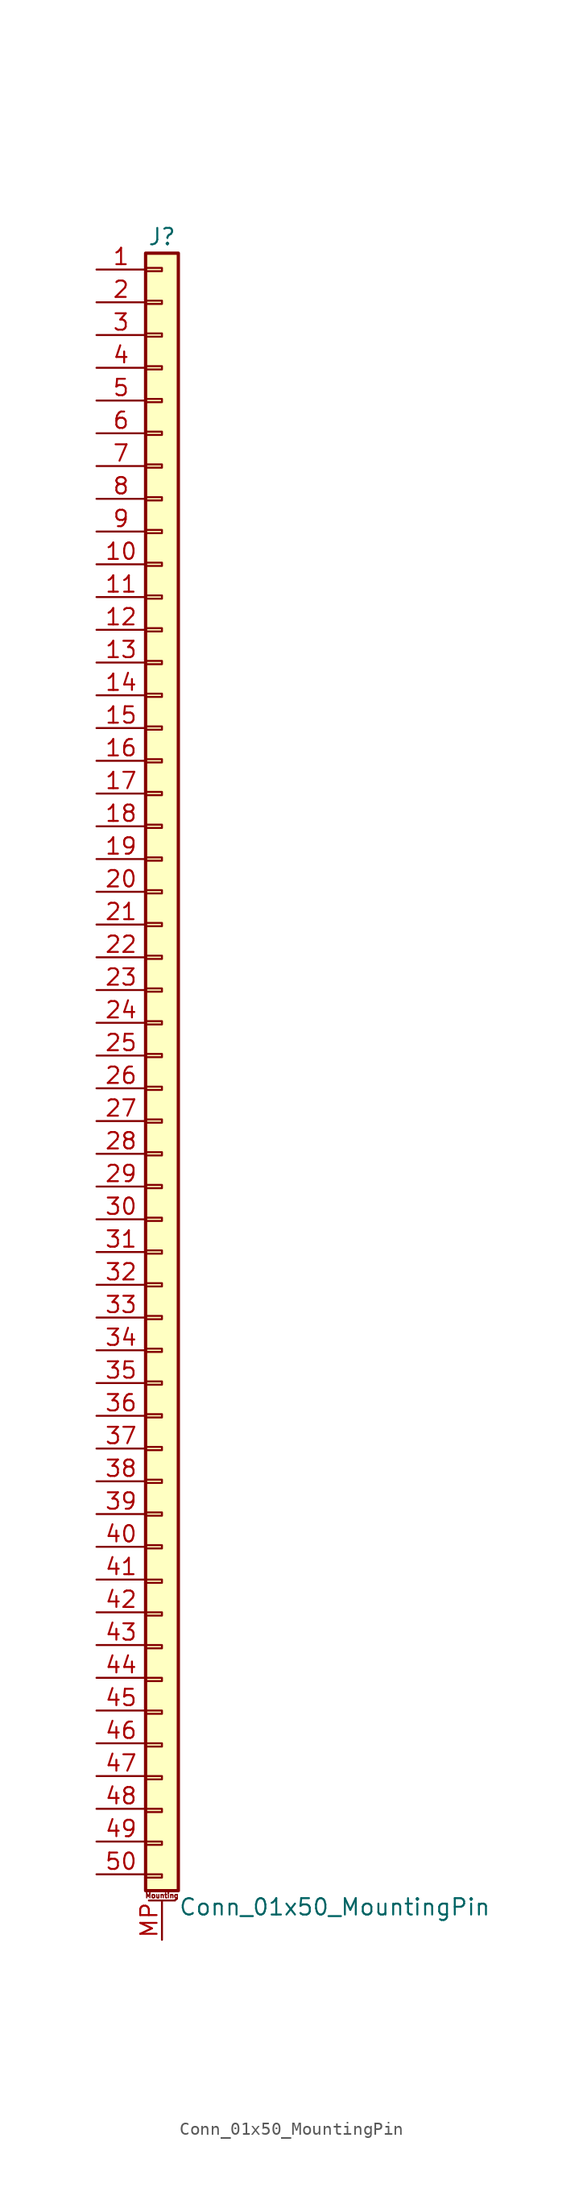
<source format=kicad_sym>
(kicad_symbol_lib
  (version 20210619)
  (generator kicad_symbol_editor)
  (symbol "symbols:Conn_01x50_MountingPin"
    (pin_names
      (offset 1.016) hide)
    (property "Reference" "J"
      (at 0 63.5 0)
      (effects (font (size 1.27 1.27))))
    (property "Value" "Conn_01x50_MountingPin"
      (at 1.27 -66.04 0)
      (effects (font (size 1.27 1.27)) (justify left)))
    (symbol "Conn_01x50_MountingPin_1_1"
      (text "Mounting" (at 0 -65.151 0) (effects (font (size 0.381 0.381))))
      (rectangle (start -1.27 -63.5) (end 0 -63.754) (stroke (width 0.152)) (fill (type none)))
      (rectangle (start -1.27 -60.96) (end 0 -61.214) (stroke (width 0.152)) (fill (type none)))
      (rectangle (start -1.27 -58.42) (end 0 -58.674) (stroke (width 0.152)) (fill (type none)))
      (rectangle (start -1.27 -55.88) (end 0 -56.134) (stroke (width 0.152)) (fill (type none)))
      (rectangle (start -1.27 -53.34) (end 0 -53.594) (stroke (width 0.152)) (fill (type none)))
      (rectangle (start -1.27 -50.8) (end 0 -51.054) (stroke (width 0.152)) (fill (type none)))
      (rectangle (start -1.27 -48.26) (end 0 -48.514) (stroke (width 0.152)) (fill (type none)))
      (rectangle (start -1.27 -45.72) (end 0 -45.974) (stroke (width 0.152)) (fill (type none)))
      (rectangle (start -1.27 -43.18) (end 0 -43.434) (stroke (width 0.152)) (fill (type none)))
      (rectangle (start -1.27 -40.64) (end 0 -40.894) (stroke (width 0.152)) (fill (type none)))
      (rectangle (start -1.27 -37.973) (end 0 -38.227) (stroke (width 0.152)) (fill (type none)))
      (rectangle (start -1.27 -35.433) (end 0 -35.687) (stroke (width 0.152)) (fill (type none)))
      (rectangle (start -1.27 -32.893) (end 0 -33.147) (stroke (width 0.152)) (fill (type none)))
      (rectangle (start -1.27 -30.353) (end 0 -30.607) (stroke (width 0.152)) (fill (type none)))
      (rectangle (start -1.27 -27.813) (end 0 -28.067) (stroke (width 0.152)) (fill (type none)))
      (rectangle (start -1.27 -25.273) (end 0 -25.527) (stroke (width 0.152)) (fill (type none)))
      (rectangle (start -1.27 -22.733) (end 0 -22.987) (stroke (width 0.152)) (fill (type none)))
      (rectangle (start -1.27 -20.193) (end 0 -20.447) (stroke (width 0.152)) (fill (type none)))
      (rectangle (start -1.27 -17.653) (end 0 -17.907) (stroke (width 0.152)) (fill (type none)))
      (rectangle (start -1.27 -15.113) (end 0 -15.367) (stroke (width 0.152)) (fill (type none)))
      (rectangle (start -1.27 -12.573) (end 0 -12.827) (stroke (width 0.152)) (fill (type none)))
      (rectangle (start -1.27 -10.033) (end 0 -10.287) (stroke (width 0.152)) (fill (type none)))
      (rectangle (start -1.27 -7.493) (end 0 -7.747) (stroke (width 0.152)) (fill (type none)))
      (rectangle (start -1.27 -4.953) (end 0 -5.207) (stroke (width 0.152)) (fill (type none)))
      (rectangle (start -1.27 -2.413) (end 0 -2.667) (stroke (width 0.152)) (fill (type none)))
      (rectangle (start -1.27 0.127) (end 0 -0.127) (stroke (width 0.152)) (fill (type none)))
      (rectangle (start -1.27 2.667) (end 0 2.413) (stroke (width 0.152)) (fill (type none)))
      (rectangle (start -1.27 5.207) (end 0 4.953) (stroke (width 0.152)) (fill (type none)))
      (rectangle (start -1.27 7.747) (end 0 7.493) (stroke (width 0.152)) (fill (type none)))
      (rectangle (start -1.27 10.287) (end 0 10.033) (stroke (width 0.152)) (fill (type none)))
      (rectangle (start -1.27 12.827) (end 0 12.573) (stroke (width 0.152)) (fill (type none)))
      (rectangle (start -1.27 15.367) (end 0 15.113) (stroke (width 0.152)) (fill (type none)))
      (rectangle (start -1.27 17.907) (end 0 17.653) (stroke (width 0.152)) (fill (type none)))
      (rectangle (start -1.27 20.447) (end 0 20.193) (stroke (width 0.152)) (fill (type none)))
      (rectangle (start -1.27 22.987) (end 0 22.733) (stroke (width 0.152)) (fill (type none)))
      (rectangle (start -1.27 25.527) (end 0 25.273) (stroke (width 0.152)) (fill (type none)))
      (rectangle (start -1.27 28.067) (end 0 27.813) (stroke (width 0.152)) (fill (type none)))
      (rectangle (start -1.27 30.607) (end 0 30.353) (stroke (width 0.152)) (fill (type none)))
      (rectangle (start -1.27 33.147) (end 0 32.893) (stroke (width 0.152)) (fill (type none)))
      (rectangle (start -1.27 35.687) (end 0 35.433) (stroke (width 0.152)) (fill (type none)))
      (rectangle (start -1.27 38.227) (end 0 37.973) (stroke (width 0.152)) (fill (type none)))
      (rectangle (start -1.27 40.767) (end 0 40.513) (stroke (width 0.152)) (fill (type none)))
      (rectangle (start -1.27 43.307) (end 0 43.053) (stroke (width 0.152)) (fill (type none)))
      (rectangle (start -1.27 45.847) (end 0 45.593) (stroke (width 0.152)) (fill (type none)))
      (rectangle (start -1.27 48.387) (end 0 48.133) (stroke (width 0.152)) (fill (type none)))
      (rectangle (start -1.27 50.927) (end 0 50.673) (stroke (width 0.152)) (fill (type none)))
      (rectangle (start -1.27 53.467) (end 0 53.213) (stroke (width 0.152)) (fill (type none)))
      (rectangle (start -1.27 56.007) (end 0 55.753) (stroke (width 0.152)) (fill (type none)))
      (rectangle (start -1.27 58.547) (end 0 58.293) (stroke (width 0.152)) (fill (type none)))
      (rectangle (start -1.27 61.087) (end 0 60.833) (stroke (width 0.152)) (fill (type none)))
      (rectangle (start -1.27 62.23) (end 1.27 -64.77) (stroke (width 0.254)) (fill (type background)))
      (polyline (pts (xy -1.016 -65.532) (xy 1.016 -65.532)) (stroke (width 0.152)) (fill (type none)))
      (pin passive line (at -5.08 60.96 0) (length 3.81) (name "Pin_1" (effects (font (size 1.27 1.27)))) (number "1" (effects (font (size 1.27 1.27)))))
      (pin passive line (at -5.08 38.1 0) (length 3.81) (name "Pin_10" (effects (font (size 1.27 1.27)))) (number "10" (effects (font (size 1.27 1.27)))))
      (pin passive line (at -5.08 35.56 0) (length 3.81) (name "Pin_11" (effects (font (size 1.27 1.27)))) (number "11" (effects (font (size 1.27 1.27)))))
      (pin passive line (at -5.08 33.02 0) (length 3.81) (name "Pin_12" (effects (font (size 1.27 1.27)))) (number "12" (effects (font (size 1.27 1.27)))))
      (pin passive line (at -5.08 30.48 0) (length 3.81) (name "Pin_13" (effects (font (size 1.27 1.27)))) (number "13" (effects (font (size 1.27 1.27)))))
      (pin passive line (at -5.08 27.94 0) (length 3.81) (name "Pin_14" (effects (font (size 1.27 1.27)))) (number "14" (effects (font (size 1.27 1.27)))))
      (pin passive line (at -5.08 25.4 0) (length 3.81) (name "Pin_15" (effects (font (size 1.27 1.27)))) (number "15" (effects (font (size 1.27 1.27)))))
      (pin passive line (at -5.08 22.86 0) (length 3.81) (name "Pin_16" (effects (font (size 1.27 1.27)))) (number "16" (effects (font (size 1.27 1.27)))))
      (pin passive line (at -5.08 20.32 0) (length 3.81) (name "Pin_17" (effects (font (size 1.27 1.27)))) (number "17" (effects (font (size 1.27 1.27)))))
      (pin passive line (at -5.08 17.78 0) (length 3.81) (name "Pin_18" (effects (font (size 1.27 1.27)))) (number "18" (effects (font (size 1.27 1.27)))))
      (pin passive line (at -5.08 15.24 0) (length 3.81) (name "Pin_19" (effects (font (size 1.27 1.27)))) (number "19" (effects (font (size 1.27 1.27)))))
      (pin passive line (at -5.08 58.42 0) (length 3.81) (name "Pin_2" (effects (font (size 1.27 1.27)))) (number "2" (effects (font (size 1.27 1.27)))))
      (pin passive line (at -5.08 12.7 0) (length 3.81) (name "Pin_20" (effects (font (size 1.27 1.27)))) (number "20" (effects (font (size 1.27 1.27)))))
      (pin passive line (at -5.08 10.16 0) (length 3.81) (name "Pin_21" (effects (font (size 1.27 1.27)))) (number "21" (effects (font (size 1.27 1.27)))))
      (pin passive line (at -5.08 7.62 0) (length 3.81) (name "Pin_22" (effects (font (size 1.27 1.27)))) (number "22" (effects (font (size 1.27 1.27)))))
      (pin passive line (at -5.08 5.08 0) (length 3.81) (name "Pin_23" (effects (font (size 1.27 1.27)))) (number "23" (effects (font (size 1.27 1.27)))))
      (pin passive line (at -5.08 2.54 0) (length 3.81) (name "Pin_24" (effects (font (size 1.27 1.27)))) (number "24" (effects (font (size 1.27 1.27)))))
      (pin passive line (at -5.08 0 0) (length 3.81) (name "Pin_25" (effects (font (size 1.27 1.27)))) (number "25" (effects (font (size 1.27 1.27)))))
      (pin passive line (at -5.08 -2.54 0) (length 3.81) (name "Pin_26" (effects (font (size 1.27 1.27)))) (number "26" (effects (font (size 1.27 1.27)))))
      (pin passive line (at -5.08 -5.08 0) (length 3.81) (name "Pin_27" (effects (font (size 1.27 1.27)))) (number "27" (effects (font (size 1.27 1.27)))))
      (pin passive line (at -5.08 -7.62 0) (length 3.81) (name "Pin_28" (effects (font (size 1.27 1.27)))) (number "28" (effects (font (size 1.27 1.27)))))
      (pin passive line (at -5.08 -10.16 0) (length 3.81) (name "Pin_29" (effects (font (size 1.27 1.27)))) (number "29" (effects (font (size 1.27 1.27)))))
      (pin passive line (at -5.08 55.88 0) (length 3.81) (name "Pin_3" (effects (font (size 1.27 1.27)))) (number "3" (effects (font (size 1.27 1.27)))))
      (pin passive line (at -5.08 -12.7 0) (length 3.81) (name "Pin_30" (effects (font (size 1.27 1.27)))) (number "30" (effects (font (size 1.27 1.27)))))
      (pin passive line (at -5.08 -15.24 0) (length 3.81) (name "Pin_31" (effects (font (size 1.27 1.27)))) (number "31" (effects (font (size 1.27 1.27)))))
      (pin passive line (at -5.08 -17.78 0) (length 3.81) (name "Pin_32" (effects (font (size 1.27 1.27)))) (number "32" (effects (font (size 1.27 1.27)))))
      (pin passive line (at -5.08 -20.32 0) (length 3.81) (name "Pin_33" (effects (font (size 1.27 1.27)))) (number "33" (effects (font (size 1.27 1.27)))))
      (pin passive line (at -5.08 -22.86 0) (length 3.81) (name "Pin_34" (effects (font (size 1.27 1.27)))) (number "34" (effects (font (size 1.27 1.27)))))
      (pin passive line (at -5.08 -25.4 0) (length 3.81) (name "Pin_35" (effects (font (size 1.27 1.27)))) (number "35" (effects (font (size 1.27 1.27)))))
      (pin passive line (at -5.08 -27.94 0) (length 3.81) (name "Pin_36" (effects (font (size 1.27 1.27)))) (number "36" (effects (font (size 1.27 1.27)))))
      (pin passive line (at -5.08 -30.48 0) (length 3.81) (name "Pin_37" (effects (font (size 1.27 1.27)))) (number "37" (effects (font (size 1.27 1.27)))))
      (pin passive line (at -5.08 -33.02 0) (length 3.81) (name "Pin_38" (effects (font (size 1.27 1.27)))) (number "38" (effects (font (size 1.27 1.27)))))
      (pin passive line (at -5.08 -35.56 0) (length 3.81) (name "Pin_39" (effects (font (size 1.27 1.27)))) (number "39" (effects (font (size 1.27 1.27)))))
      (pin passive line (at -5.08 53.34 0) (length 3.81) (name "Pin_4" (effects (font (size 1.27 1.27)))) (number "4" (effects (font (size 1.27 1.27)))))
      (pin passive line (at -5.08 -38.1 0) (length 3.81) (name "Pin_40" (effects (font (size 1.27 1.27)))) (number "40" (effects (font (size 1.27 1.27)))))
      (pin passive line (at -5.08 -40.64 0) (length 3.81) (name "Pin_41" (effects (font (size 1.27 1.27)))) (number "41" (effects (font (size 1.27 1.27)))))
      (pin passive line (at -5.08 -43.18 0) (length 3.81) (name "Pin_42" (effects (font (size 1.27 1.27)))) (number "42" (effects (font (size 1.27 1.27)))))
      (pin passive line (at -5.08 -45.72 0) (length 3.81) (name "Pin_43" (effects (font (size 1.27 1.27)))) (number "43" (effects (font (size 1.27 1.27)))))
      (pin passive line (at -5.08 -48.26 0) (length 3.81) (name "Pin_44" (effects (font (size 1.27 1.27)))) (number "44" (effects (font (size 1.27 1.27)))))
      (pin passive line (at -5.08 -50.8 0) (length 3.81) (name "Pin_45" (effects (font (size 1.27 1.27)))) (number "45" (effects (font (size 1.27 1.27)))))
      (pin passive line (at -5.08 -53.34 0) (length 3.81) (name "Pin_46" (effects (font (size 1.27 1.27)))) (number "46" (effects (font (size 1.27 1.27)))))
      (pin passive line (at -5.08 -55.88 0) (length 3.81) (name "Pin_47" (effects (font (size 1.27 1.27)))) (number "47" (effects (font (size 1.27 1.27)))))
      (pin passive line (at -5.08 -58.42 0) (length 3.81) (name "Pin_48" (effects (font (size 1.27 1.27)))) (number "48" (effects (font (size 1.27 1.27)))))
      (pin passive line (at -5.08 -60.96 0) (length 3.81) (name "Pin_49" (effects (font (size 1.27 1.27)))) (number "49" (effects (font (size 1.27 1.27)))))
      (pin passive line (at -5.08 50.8 0) (length 3.81) (name "Pin_5" (effects (font (size 1.27 1.27)))) (number "5" (effects (font (size 1.27 1.27)))))
      (pin passive line (at -5.08 -63.5 0) (length 3.81) (name "Pin_50" (effects (font (size 1.27 1.27)))) (number "50" (effects (font (size 1.27 1.27)))))
      (pin passive line (at -5.08 48.26 0) (length 3.81) (name "Pin_6" (effects (font (size 1.27 1.27)))) (number "6" (effects (font (size 1.27 1.27)))))
      (pin passive line (at -5.08 45.72 0) (length 3.81) (name "Pin_7" (effects (font (size 1.27 1.27)))) (number "7" (effects (font (size 1.27 1.27)))))
      (pin passive line (at -5.08 43.18 0) (length 3.81) (name "Pin_8" (effects (font (size 1.27 1.27)))) (number "8" (effects (font (size 1.27 1.27)))))
      (pin passive line (at -5.08 40.64 0) (length 3.81) (name "Pin_9" (effects (font (size 1.27 1.27)))) (number "9" (effects (font (size 1.27 1.27)))))
      (pin passive line (at 0 -68.58 90) (length 3.048) (name "MountPin" (effects (font (size 1.27 1.27)))) (number "MP" (effects (font (size 1.27 1.27))))))))
</source>
